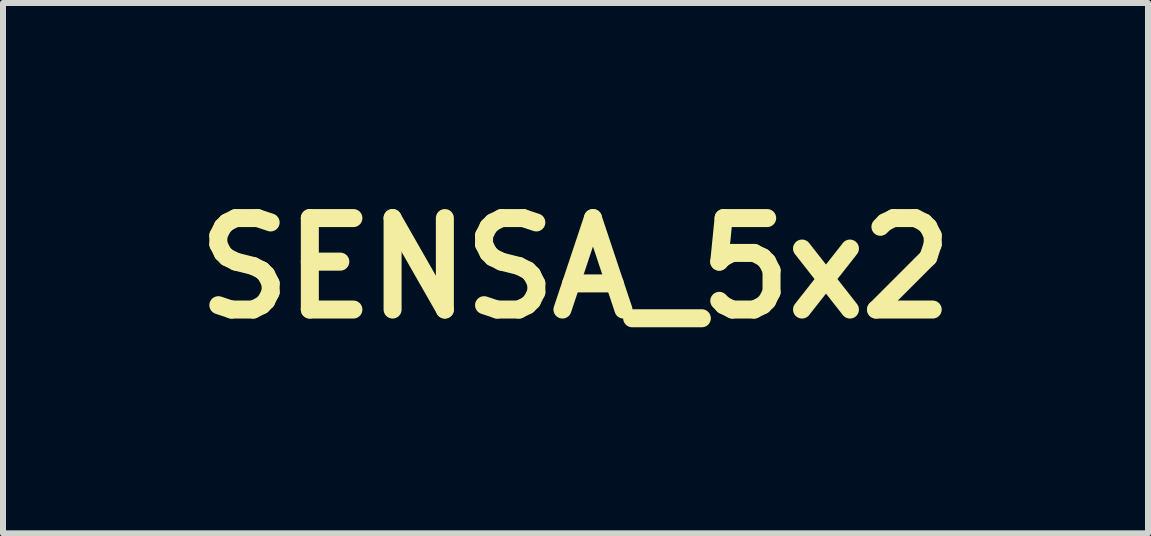
<source format=kicad_pcb>
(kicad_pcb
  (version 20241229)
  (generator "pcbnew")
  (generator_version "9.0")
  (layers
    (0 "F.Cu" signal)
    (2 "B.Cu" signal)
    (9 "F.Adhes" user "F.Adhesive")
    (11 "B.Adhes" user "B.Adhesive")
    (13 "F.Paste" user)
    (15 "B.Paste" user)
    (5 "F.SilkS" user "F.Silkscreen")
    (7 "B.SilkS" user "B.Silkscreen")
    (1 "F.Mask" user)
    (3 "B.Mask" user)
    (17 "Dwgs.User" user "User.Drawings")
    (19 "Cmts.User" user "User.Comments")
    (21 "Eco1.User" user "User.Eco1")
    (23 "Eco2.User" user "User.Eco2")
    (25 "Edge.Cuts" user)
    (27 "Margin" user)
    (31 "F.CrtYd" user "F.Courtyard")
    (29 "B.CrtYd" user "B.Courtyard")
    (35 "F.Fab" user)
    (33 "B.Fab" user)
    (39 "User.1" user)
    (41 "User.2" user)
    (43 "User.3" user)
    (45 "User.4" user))
  (footprint "SENSA_5x2"
    (layer "F.Cu")
    (at 6.539 1.418)
    (property "Reference" "SENSA_5x2" (at 0 0 0) (layer "F.SilkS") (effects (font (size 1.524 1.524) (thickness 0.3))))
    (attr through_hole)
    (fp_poly (pts (xy -0.657 0.466) (xy -0.654 0.47) (xy -0.651 0.475) (xy -0.65 0.483) (xy -0.649 0.494) (xy -0.649 0.51) (xy -0.649 0.528) (xy -0.649 0.549) (xy -0.649 0.564) (xy -0.65 0.574) (xy -0.652 0.581) (xy -0.654 0.585) (xy -0.658 0.589) (xy -0.658 0.589) (xy -0.667 0.598) (xy -1.39 0.598) (xy -1.393 0.574) (xy -1.394 0.558) (xy -1.395 0.539) (xy -1.395 0.519) (xy -1.395 0.514) (xy -1.395 0.497) (xy -1.394 0.486) (xy -1.392 0.479) (xy -1.389 0.473) (xy -1.385 0.468) (xy -1.374 0.457) (xy -0.666 0.457) (xy -0.657 0.466)) (stroke (width 0.01) (type solid)) (fill no) (layer "Eco2.User"))
    (fp_poly (pts (xy -0.657 -0.573) (xy -0.654 -0.569) (xy -0.651 -0.564) (xy -0.65 -0.557) (xy -0.649 -0.546) (xy -0.649 -0.53) (xy -0.649 -0.511) (xy -0.649 -0.49) (xy -0.649 -0.475) (xy -0.65 -0.465) (xy -0.652 -0.458) (xy -0.654 -0.454) (xy -0.658 -0.45) (xy -0.658 -0.45) (xy -0.667 -0.442) (xy -1.02 -0.442) (xy -1.374 -0.442) (xy -1.383 -0.451) (xy -1.386 -0.455) (xy -1.388 -0.46) (xy -1.39 -0.467) (xy -1.391 -0.478) (xy -1.391 -0.494) (xy -1.391 -0.512) (xy -1.391 -0.534) (xy -1.391 -0.549) (xy -1.39 -0.559) (xy -1.388 -0.565) (xy -1.386 -0.57) (xy -1.382 -0.574) (xy -1.382 -0.574) (xy -1.373 -0.582) (xy -0.666 -0.582) (xy -0.657 -0.573)) (stroke (width 0.01) (type solid)) (fill no) (layer "Eco2.User"))
    (fp_poly (pts (xy -0.687 -0.068) (xy -0.683 -0.063) (xy -0.679 -0.059) (xy -0.678 -0.053) (xy -0.677 -0.044) (xy -0.676 -0.031) (xy -0.676 -0.012) (xy -0.676 -0.006) (xy -0.676 0.015) (xy -0.676 0.03) (xy -0.677 0.039) (xy -0.679 0.046) (xy -0.682 0.05) (xy -0.686 0.055) (xy -0.687 0.056) (xy -0.698 0.066) (xy -1.37 0.066) (xy -1.381 0.055) (xy -1.385 0.051) (xy -1.388 0.046) (xy -1.39 0.04) (xy -1.391 0.031) (xy -1.391 0.017) (xy -1.391 -0.002) (xy -1.391 -0.008) (xy -1.391 -0.03) (xy -1.391 -0.045) (xy -1.39 -0.055) (xy -1.388 -0.061) (xy -1.386 -0.066) (xy -1.382 -0.07) (xy -1.382 -0.07) (xy -1.373 -0.078) (xy -0.698 -0.078) (xy -0.687 -0.068)) (stroke (width 0.01) (type solid)) (fill no) (layer "Eco2.User"))
    (fp_poly (pts (xy 1.932 -0.624) (xy 1.951 -0.623) (xy 2.459 0.568) (xy 2.451 0.582) (xy 2.443 0.596) (xy 2.369 0.597) (xy 2.296 0.598) (xy 2.114 0.164) (xy 2.091 0.109) (xy 2.069 0.056) (xy 2.048 0.005) (xy 2.027 -0.043) (xy 2.009 -0.087) (xy 1.991 -0.127) (xy 1.976 -0.163) (xy 1.962 -0.195) (xy 1.951 -0.221) (xy 1.942 -0.242) (xy 1.935 -0.257) (xy 1.931 -0.265) (xy 1.93 -0.267) (xy 1.928 -0.263) (xy 1.923 -0.252) (xy 1.916 -0.235) (xy 1.906 -0.212) (xy 1.894 -0.184) (xy 1.88 -0.151) (xy 1.864 -0.113) (xy 1.846 -0.071) (xy 1.827 -0.026) (xy 1.806 0.023) (xy 1.784 0.074) (xy 1.761 0.128) (xy 1.745 0.166) (xy 1.564 0.596) (xy 1.49 0.597) (xy 1.417 0.598) (xy 1.399 0.57) (xy 1.912 -0.626) (xy 1.932 -0.624)) (stroke (width 0.01) (type solid)) (fill no) (layer "Eco2.User"))
    (fp_poly (pts (xy -0.541 -0.675) (xy -0.498 -0.629) (xy -0.453 -0.579) (xy -0.405 -0.526) (xy -0.355 -0.472) (xy -0.305 -0.417) (xy -0.256 -0.362) (xy -0.207 -0.31) (xy -0.162 -0.259) (xy -0.119 -0.213) (xy -0.08 -0.171) (xy -0.074 -0.164) (xy -0.038 -0.125) (xy -0.002 -0.085) (xy 0.034 -0.046) (xy 0.069 -0.007) (xy 0.102 0.029) (xy 0.134 0.064) (xy 0.162 0.095) (xy 0.188 0.123) (xy 0.209 0.146) (xy 0.226 0.164) (xy 0.227 0.165) (xy 0.247 0.188) (xy 0.266 0.208) (xy 0.283 0.226) (xy 0.296 0.24) (xy 0.307 0.251) (xy 0.312 0.257) (xy 0.314 0.258) (xy 0.314 0.254) (xy 0.314 0.243) (xy 0.315 0.225) (xy 0.315 0.201) (xy 0.315 0.171) (xy 0.316 0.136) (xy 0.316 0.096) (xy 0.316 0.051) (xy 0.316 0.003) (xy 0.316 -0.048) (xy 0.316 -0.102) (xy 0.317 -0.154) (xy 0.317 -0.565) (xy 0.326 -0.574) (xy 0.329 -0.577) (xy 0.334 -0.579) (xy 0.341 -0.581) (xy 0.35 -0.582) (xy 0.365 -0.582) (xy 0.385 -0.582) (xy 0.397 -0.582) (xy 0.421 -0.582) (xy 0.438 -0.582) (xy 0.449 -0.581) (xy 0.457 -0.58) (xy 0.462 -0.578) (xy 0.466 -0.576) (xy 0.468 -0.573) (xy 0.477 -0.564) (xy 0.477 0.02) (xy 0.477 0.604) (xy 0.633 0.776) (xy 0.662 0.807) (xy 0.688 0.836) (xy 0.713 0.863) (xy 0.735 0.887) (xy 0.754 0.909) (xy 0.77 0.926) (xy 0.782 0.939) (xy 0.789 0.947) (xy 0.792 0.95) (xy 0.789 0.952) (xy 0.78 0.953) (xy 0.767 0.953) (xy 0.763 0.953) (xy 0.732 0.953) (xy 0.581 0.788) (xy 0.55 0.754) (xy 0.515 0.715) (xy 0.476 0.673) (xy 0.433 0.626) (xy 0.387 0.575) (xy 0.336 0.52) (xy 0.281 0.46) (xy 0.222 0.395) (xy 0.158 0.326) (xy 0.09 0.251) (xy 0.017 0.171) (xy -0.061 0.086) (xy -0.144 -0.005) (xy -0.211 -0.077) (xy -0.361 -0.241) (xy -0.363 0.576) (xy -0.374 0.587) (xy -0.384 0.598) (xy -0.446 0.598) (xy -0.469 0.598) (xy -0.485 0.598) (xy -0.497 0.597) (xy -0.504 0.596) (xy -0.509 0.594) (xy -0.513 0.591) (xy -0.515 0.589) (xy -0.524 0.58) (xy -0.524 -0.586) (xy -0.541 -0.605) (xy -0.546 -0.611) (xy -0.556 -0.622) (xy -0.571 -0.638) (xy -0.588 -0.657) (xy -0.608 -0.679) (xy -0.631 -0.704) (xy -0.655 -0.73) (xy -0.679 -0.758) (xy -0.704 -0.785) (xy -0.729 -0.813) (xy -0.753 -0.839) (xy -0.776 -0.864) (xy -0.796 -0.886) (xy -0.814 -0.906) (xy -0.828 -0.922) (xy -0.839 -0.933) (xy -0.845 -0.94) (xy -0.845 -0.941) (xy -0.853 -0.95) (xy -0.791 -0.95) (xy -0.541 -0.675)) (stroke (width 0.01) (type solid)) (fill no) (layer "Eco2.User"))
    (fp_poly (pts (xy -1.845 -0.596) (xy -1.823 -0.596) (xy -1.806 -0.595) (xy -1.792 -0.594) (xy -1.78 -0.592) (xy -1.769 -0.59) (xy -1.759 -0.587) (xy -1.719 -0.574) (xy -1.683 -0.559) (xy -1.648 -0.54) (xy -1.633 -0.531) (xy -1.617 -0.519) (xy -1.6 -0.507) (xy -1.585 -0.496) (xy -1.572 -0.485) (xy -1.563 -0.477) (xy -1.56 -0.471) (xy -1.559 -0.471) (xy -1.562 -0.467) (xy -1.569 -0.458) (xy -1.579 -0.445) (xy -1.591 -0.43) (xy -1.601 -0.419) (xy -1.616 -0.401) (xy -1.628 -0.388) (xy -1.636 -0.38) (xy -1.643 -0.375) (xy -1.648 -0.372) (xy -1.653 -0.371) (xy -1.657 -0.371) (xy -1.666 -0.372) (xy -1.675 -0.376) (xy -1.687 -0.384) (xy -1.696 -0.391) (xy -1.734 -0.417) (xy -1.775 -0.436) (xy -1.819 -0.448) (xy -1.866 -0.453) (xy -1.876 -0.454) (xy -1.905 -0.453) (xy -1.928 -0.45) (xy -1.949 -0.445) (xy -1.97 -0.437) (xy -1.98 -0.433) (xy -2.01 -0.414) (xy -2.036 -0.39) (xy -2.055 -0.361) (xy -2.068 -0.328) (xy -2.07 -0.324) (xy -2.074 -0.292) (xy -2.071 -0.261) (xy -2.061 -0.231) (xy -2.043 -0.203) (xy -2.019 -0.178) (xy -1.989 -0.156) (xy -1.98 -0.151) (xy -1.97 -0.146) (xy -1.954 -0.138) (xy -1.933 -0.129) (xy -1.908 -0.119) (xy -1.881 -0.108) (xy -1.856 -0.098) (xy -1.801 -0.075) (xy -1.753 -0.054) (xy -1.712 -0.034) (xy -1.676 -0.015) (xy -1.645 0.004) (xy -1.619 0.023) (xy -1.597 0.043) (xy -1.577 0.064) (xy -1.561 0.087) (xy -1.546 0.112) (xy -1.54 0.123) (xy -1.529 0.147) (xy -1.521 0.17) (xy -1.515 0.194) (xy -1.512 0.22) (xy -1.511 0.25) (xy -1.511 0.266) (xy -1.511 0.289) (xy -1.512 0.308) (xy -1.513 0.322) (xy -1.516 0.335) (xy -1.519 0.349) (xy -1.521 0.357) (xy -1.54 0.406) (xy -1.565 0.451) (xy -1.597 0.491) (xy -1.633 0.526) (xy -1.675 0.556) (xy -1.722 0.58) (xy -1.774 0.598) (xy -1.814 0.608) (xy -1.836 0.611) (xy -1.864 0.612) (xy -1.894 0.613) (xy -1.926 0.612) (xy -1.955 0.611) (xy -1.98 0.608) (xy -1.983 0.607) (xy -2.029 0.597) (xy -2.076 0.583) (xy -2.12 0.565) (xy -2.161 0.544) (xy -2.196 0.521) (xy -2.197 0.52) (xy -2.207 0.511) (xy -2.221 0.499) (xy -2.235 0.485) (xy -2.251 0.47) (xy -2.265 0.456) (xy -2.278 0.442) (xy -2.288 0.43) (xy -2.295 0.422) (xy -2.297 0.418) (xy -2.294 0.415) (xy -2.285 0.407) (xy -2.273 0.397) (xy -2.258 0.384) (xy -2.246 0.373) (xy -2.225 0.356) (xy -2.209 0.344) (xy -2.196 0.336) (xy -2.185 0.333) (xy -2.175 0.335) (xy -2.164 0.342) (xy -2.152 0.353) (xy -2.138 0.367) (xy -2.098 0.402) (xy -2.055 0.43) (xy -2.009 0.451) (xy -1.96 0.465) (xy -1.935 0.469) (xy -1.889 0.472) (xy -1.847 0.469) (xy -1.808 0.459) (xy -1.772 0.443) (xy -1.741 0.422) (xy -1.715 0.396) (xy -1.694 0.365) (xy -1.679 0.329) (xy -1.674 0.309) (xy -1.669 0.271) (xy -1.672 0.236) (xy -1.682 0.204) (xy -1.7 0.174) (xy -1.721 0.151) (xy -1.733 0.14) (xy -1.746 0.13) (xy -1.762 0.119) (xy -1.782 0.109) (xy -1.805 0.097) (xy -1.833 0.085) (xy -1.867 0.071) (xy -1.908 0.055) (xy -1.919 0.051) (xy -1.958 0.035) (xy -1.992 0.022) (xy -2.02 0.01) (xy -2.043 -0.001) (xy -2.064 -0.011) (xy -2.081 -0.021) (xy -2.098 -0.031) (xy -2.098 -0.031) (xy -2.134 -0.059) (xy -2.167 -0.092) (xy -2.193 -0.128) (xy -2.214 -0.167) (xy -2.228 -0.207) (xy -2.231 -0.224) (xy -2.234 -0.249) (xy -2.235 -0.279) (xy -2.234 -0.309) (xy -2.231 -0.338) (xy -2.227 -0.364) (xy -2.222 -0.378) (xy -2.203 -0.422) (xy -2.177 -0.462) (xy -2.145 -0.498) (xy -2.107 -0.53) (xy -2.063 -0.556) (xy -2.015 -0.578) (xy -1.987 -0.587) (xy -1.976 -0.59) (xy -1.965 -0.592) (xy -1.954 -0.594) (xy -1.94 -0.595) (xy -1.923 -0.596) (xy -1.901 -0.596) (xy -1.874 -0.596) (xy -1.845 -0.596)) (stroke (width 0.01) (type solid)) (fill no) (layer "Eco2.User"))
    (fp_poly (pts (xy 1.023 -0.596) (xy 1.045 -0.596) (xy 1.062 -0.595) (xy 1.076 -0.594) (xy 1.088 -0.592) (xy 1.099 -0.59) (xy 1.109 -0.587) (xy 1.149 -0.574) (xy 1.185 -0.559) (xy 1.22 -0.54) (xy 1.235 -0.531) (xy 1.252 -0.519) (xy 1.268 -0.507) (xy 1.283 -0.496) (xy 1.296 -0.485) (xy 1.305 -0.477) (xy 1.309 -0.471) (xy 1.309 -0.471) (xy 1.306 -0.467) (xy 1.3 -0.458) (xy 1.29 -0.445) (xy 1.277 -0.43) (xy 1.268 -0.419) (xy 1.252 -0.401) (xy 1.241 -0.388) (xy 1.232 -0.38) (xy 1.226 -0.375) (xy 1.22 -0.372) (xy 1.215 -0.371) (xy 1.212 -0.371) (xy 1.202 -0.372) (xy 1.193 -0.376) (xy 1.181 -0.384) (xy 1.172 -0.391) (xy 1.134 -0.417) (xy 1.093 -0.436) (xy 1.049 -0.448) (xy 1.002 -0.453) (xy 0.992 -0.454) (xy 0.963 -0.453) (xy 0.94 -0.45) (xy 0.919 -0.445) (xy 0.898 -0.437) (xy 0.888 -0.433) (xy 0.858 -0.414) (xy 0.833 -0.39) (xy 0.813 -0.361) (xy 0.8 -0.328) (xy 0.799 -0.324) (xy 0.794 -0.292) (xy 0.797 -0.261) (xy 0.808 -0.231) (xy 0.825 -0.203) (xy 0.849 -0.178) (xy 0.88 -0.156) (xy 0.888 -0.151) (xy 0.898 -0.146) (xy 0.915 -0.138) (xy 0.936 -0.129) (xy 0.96 -0.119) (xy 0.987 -0.108) (xy 1.012 -0.098) (xy 1.067 -0.075) (xy 1.115 -0.054) (xy 1.156 -0.034) (xy 1.192 -0.015) (xy 1.223 0.004) (xy 1.249 0.023) (xy 1.272 0.043) (xy 1.291 0.064) (xy 1.308 0.087) (xy 1.322 0.112) (xy 1.328 0.123) (xy 1.34 0.147) (xy 1.348 0.17) (xy 1.353 0.194) (xy 1.356 0.22) (xy 1.357 0.25) (xy 1.357 0.266) (xy 1.357 0.289) (xy 1.356 0.308) (xy 1.355 0.322) (xy 1.353 0.335) (xy 1.349 0.349) (xy 1.347 0.357) (xy 1.328 0.406) (xy 1.303 0.451) (xy 1.272 0.491) (xy 1.235 0.526) (xy 1.193 0.556) (xy 1.146 0.58) (xy 1.094 0.598) (xy 1.054 0.608) (xy 1.032 0.611) (xy 1.004 0.612) (xy 0.974 0.613) (xy 0.943 0.612) (xy 0.913 0.611) (xy 0.888 0.608) (xy 0.885 0.607) (xy 0.839 0.597) (xy 0.793 0.583) (xy 0.748 0.565) (xy 0.708 0.544) (xy 0.673 0.521) (xy 0.671 0.52) (xy 0.661 0.511) (xy 0.648 0.499) (xy 0.633 0.485) (xy 0.618 0.47) (xy 0.603 0.456) (xy 0.59 0.442) (xy 0.58 0.43) (xy 0.573 0.422) (xy 0.571 0.418) (xy 0.575 0.415) (xy 0.583 0.407) (xy 0.595 0.397) (xy 0.61 0.384) (xy 0.623 0.373) (xy 0.643 0.356) (xy 0.66 0.344) (xy 0.673 0.336) (xy 0.683 0.333) (xy 0.693 0.335) (xy 0.704 0.342) (xy 0.717 0.353) (xy 0.73 0.367) (xy 0.77 0.402) (xy 0.813 0.43) (xy 0.859 0.451) (xy 0.908 0.465) (xy 0.933 0.469) (xy 0.979 0.472) (xy 1.021 0.469) (xy 1.061 0.459) (xy 1.096 0.443) (xy 1.127 0.422) (xy 1.153 0.396) (xy 1.174 0.365) (xy 1.189 0.329) (xy 1.194 0.309) (xy 1.199 0.271) (xy 1.196 0.236) (xy 1.186 0.204) (xy 1.168 0.174) (xy 1.148 0.151) (xy 1.136 0.14) (xy 1.122 0.13) (xy 1.106 0.119) (xy 1.087 0.109) (xy 1.063 0.097) (xy 1.035 0.085) (xy 1.001 0.071) (xy 0.961 0.055) (xy 0.95 0.051) (xy 0.91 0.035) (xy 0.876 0.022) (xy 0.848 0.01) (xy 0.825 -0.001) (xy 0.805 -0.011) (xy 0.787 -0.021) (xy 0.77 -0.031) (xy 0.77 -0.031) (xy 0.734 -0.059) (xy 0.702 -0.092) (xy 0.675 -0.128) (xy 0.654 -0.167) (xy 0.64 -0.207) (xy 0.637 -0.224) (xy 0.634 -0.249) (xy 0.633 -0.279) (xy 0.634 -0.309) (xy 0.637 -0.338) (xy 0.642 -0.364) (xy 0.646 -0.378) (xy 0.665 -0.422) (xy 0.691 -0.462) (xy 0.724 -0.498) (xy 0.762 -0.53) (xy 0.805 -0.556) (xy 0.853 -0.578) (xy 0.881 -0.587) (xy 0.893 -0.59) (xy 0.903 -0.592) (xy 0.914 -0.594) (xy 0.928 -0.595) (xy 0.945 -0.596) (xy 0.967 -0.596) (xy 0.995 -0.596) (xy 1.023 -0.596)) (stroke (width 0.01) (type solid)) (fill no) (layer "Eco2.User")))
  (gr_rect
    (start -3 -3)
    (end 16.077 5.836)
    (stroke (width 0.1) (type default))
    (fill no)
    (layer "Edge.Cuts")))
</source>
